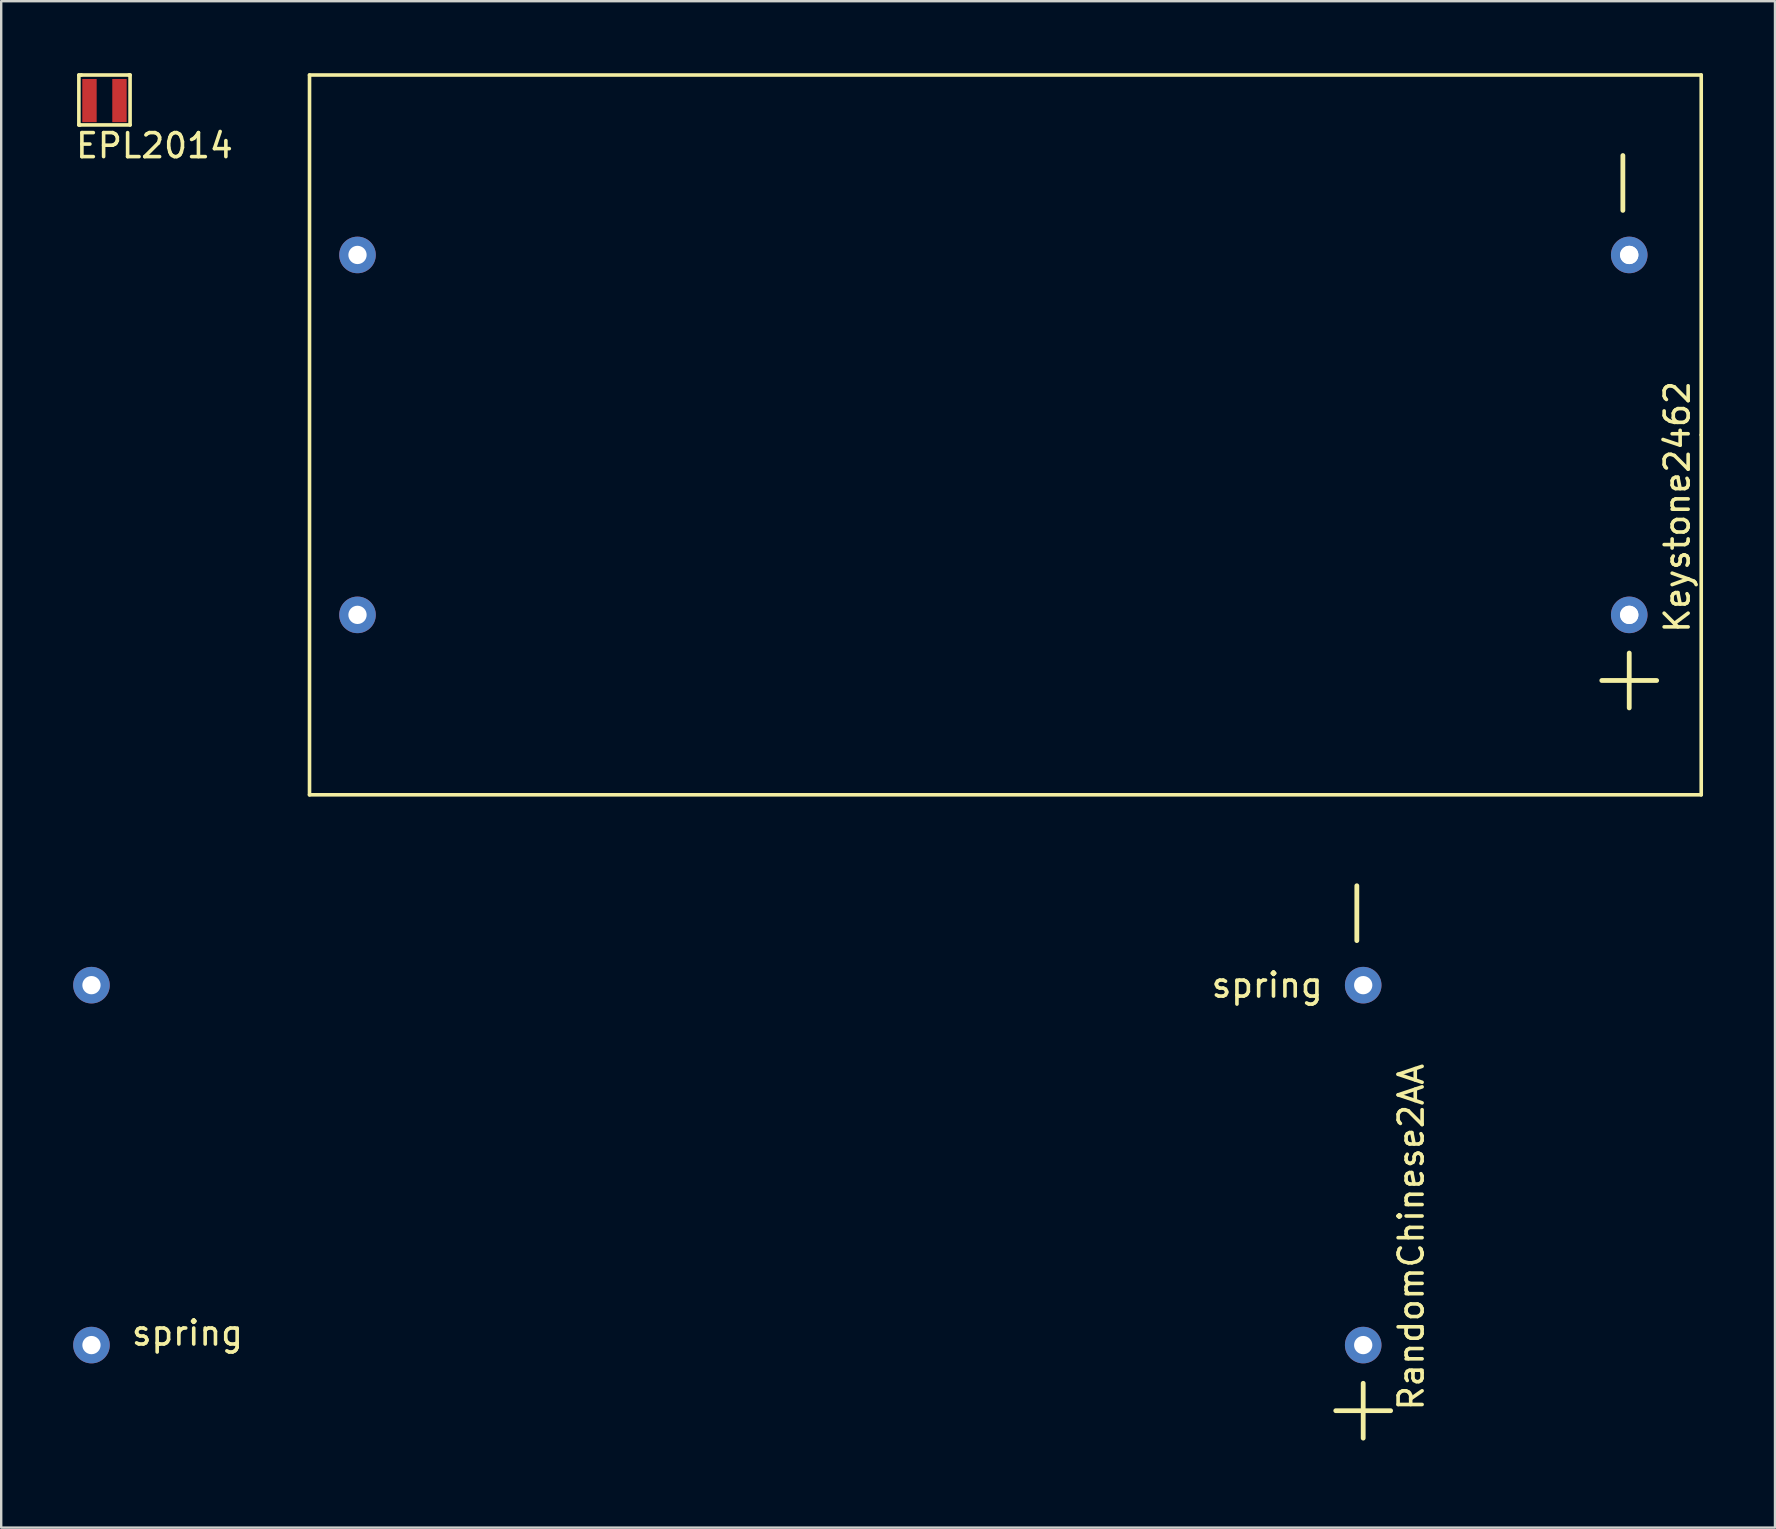
<source format=kicad_pcb>
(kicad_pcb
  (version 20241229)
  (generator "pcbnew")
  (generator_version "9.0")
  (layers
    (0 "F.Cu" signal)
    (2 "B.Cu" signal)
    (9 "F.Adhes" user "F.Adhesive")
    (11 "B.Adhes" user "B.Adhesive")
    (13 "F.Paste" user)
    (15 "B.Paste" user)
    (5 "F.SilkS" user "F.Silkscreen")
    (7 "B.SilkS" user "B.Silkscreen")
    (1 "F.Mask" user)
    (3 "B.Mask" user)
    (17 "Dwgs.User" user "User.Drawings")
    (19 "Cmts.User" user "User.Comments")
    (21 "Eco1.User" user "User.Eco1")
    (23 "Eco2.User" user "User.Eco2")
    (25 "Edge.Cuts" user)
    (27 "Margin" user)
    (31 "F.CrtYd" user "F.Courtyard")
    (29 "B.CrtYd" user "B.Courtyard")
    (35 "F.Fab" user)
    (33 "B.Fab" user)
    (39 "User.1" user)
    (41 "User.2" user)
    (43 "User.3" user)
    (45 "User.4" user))
  (footprint "EPL2014"
    (layer "F.Cu")
    (at 1.304 1.142)
    (property "Reference" "EPL2014" (at 2.083 1.88 0) (layer "F.SilkS") (effects (font (size 1 1) (thickness 0.15))))
    (attr through_hole)
    (fp_line (start -1.067 -1.067) (end -0.965 -1.067) (stroke (width 0.15) (type solid)) (layer "F.SilkS"))
    (fp_line (start -1.067 1.016) (end -1.067 -1.067) (stroke (width 0.15) (type solid)) (layer "F.SilkS"))
    (fp_line (start -1.016 1.016) (end -1.067 1.016) (stroke (width 0.15) (type solid)) (layer "F.SilkS"))
    (fp_line (start -0.965 -1.067) (end 1.016 -1.067) (stroke (width 0.15) (type solid)) (layer "F.SilkS"))
    (fp_line (start 1.016 -1.067) (end 1.067 -1.067) (stroke (width 0.15) (type solid)) (layer "F.SilkS"))
    (fp_line (start 1.067 -1.067) (end 1.067 1.016) (stroke (width 0.15) (type solid)) (layer "F.SilkS"))
    (fp_line (start 1.067 1.016) (end -1.016 1.016) (stroke (width 0.15) (type solid)) (layer "F.SilkS"))
    (pad "1" smd rect (at -0.625 0) (size 0.6 1.8) (layers "F.Cu" "F.Mask" "F.Paste"))
    (pad "2" smd rect (at 0.625 0) (size 0.6 1.8) (layers "F.Cu" "F.Mask" "F.Paste")))
  (footprint "Keystone2462"
    (layer "F.Cu")
    (at 64.849 15.075)
    (property "Reference" "Keystone2462" (at 2 3 90) (layer "F.SilkS") (effects (font (size 1 1) (thickness 0.15))))
    (attr through_hole)
    (fp_line (start -55 -15) (end 3 -15) (stroke (width 0.15) (type solid)) (layer "F.SilkS"))
    (fp_line (start -55 15) (end -55 -15) (stroke (width 0.15) (type solid)) (layer "F.SilkS"))
    (fp_line (start 3 -15) (end 3 0) (stroke (width 0.15) (type solid)) (layer "F.SilkS"))
    (fp_line (start 3 0) (end 3 15) (stroke (width 0.15) (type solid)) (layer "F.SilkS"))
    (fp_line (start 3 15) (end -55 15) (stroke (width 0.15) (type solid)) (layer "F.SilkS"))
    (fp_text user "+" (at 0 10 0) (layer "F.SilkS") (effects (font (size 3 3) (thickness 0.2))))
    (fp_text user "-" (at -0.5 -10.5 90) (layer "F.SilkS") (effects (font (size 3 3) (thickness 0.2))))
    (pad "1" thru_hole circle (at -53 7.5) (size 1.524 1.524) (drill 0.762) (layers "*.Cu" "*.Mask"))
    (pad "1" thru_hole circle (at 0 -7.5) (size 1.2 1.2) (drill 0.762) (layers "*.Cu" "*.Mask"))
    (pad "2" thru_hole circle (at -53 -7.5) (size 1.524 1.524) (drill 0.762) (layers "*.Cu" "*.Mask"))
    (pad "2" thru_hole circle (at 0 7.5) (size 1.2 1.2) (drill 0.762) (layers "*.Cu" "*.Mask"))
    (pad "3" thru_hole circle (at 0 -7.5) (size 1.524 1.524) (drill 0.762) (layers "*.Cu" "*.Mask"))
    (pad "4" thru_hole circle (at 0 7.5) (size 1.524 1.524) (drill 0.762) (layers "*.Cu" "*.Mask")))
  (footprint "RandomChinese2AA"
    (layer "F.Cu")
    (at 53.762 45.507)
    (property "Reference" "RandomChinese2AA" (at 2 3 90) (layer "F.SilkS") (effects (font (size 1 1) (thickness 0.15))))
    (attr through_hole)
    (fp_text user "spring" (at -49 7 0) (layer "F.SilkS") (effects (font (size 1 1) (thickness 0.15))))
    (fp_text user "+" (at 0 10 0) (layer "F.SilkS") (effects (font (size 3 3) (thickness 0.2))))
    (fp_text user "-" (at -0.5 -10.5 90) (layer "F.SilkS") (effects (font (size 3 3) (thickness 0.2))))
    (fp_text user "spring" (at -4 -7.5 0) (layer "F.SilkS") (effects (font (size 1 1) (thickness 0.15))))
    (pad "1" thru_hole circle (at 0 7.5) (size 1.524 1.524) (drill 0.762) (layers "*.Cu" "*.Mask"))
    (pad "2" thru_hole circle (at 0 -7.5) (size 1.524 1.524) (drill 0.762) (layers "*.Cu" "*.Mask"))
    (pad "3" thru_hole circle (at -53 -7.5) (size 1.524 1.524) (drill 0.762) (layers "*.Cu" "*.Mask"))
    (pad "3" thru_hole circle (at -53 7.5) (size 1.524 1.524) (drill 0.762) (layers "*.Cu" "*.Mask")))
  (gr_rect
    (start -3 -3)
    (end 70.924 60.613)
    (stroke (width 0.1) (type default))
    (fill no)
    (layer "Edge.Cuts")))
</source>
